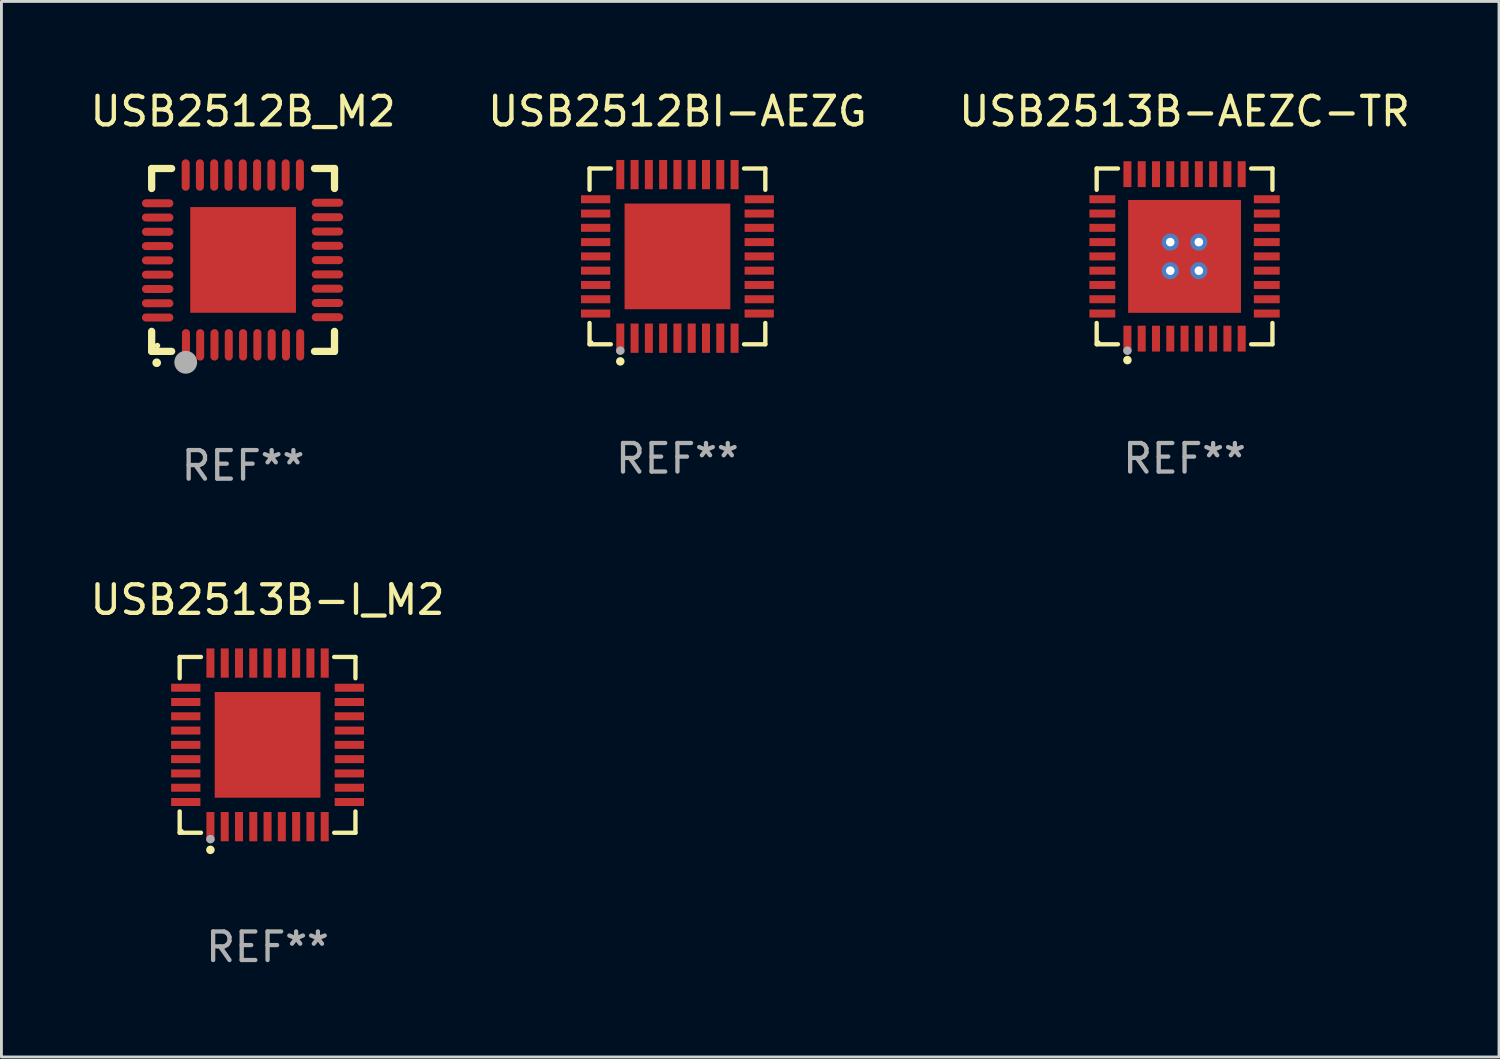
<source format=kicad_pcb>
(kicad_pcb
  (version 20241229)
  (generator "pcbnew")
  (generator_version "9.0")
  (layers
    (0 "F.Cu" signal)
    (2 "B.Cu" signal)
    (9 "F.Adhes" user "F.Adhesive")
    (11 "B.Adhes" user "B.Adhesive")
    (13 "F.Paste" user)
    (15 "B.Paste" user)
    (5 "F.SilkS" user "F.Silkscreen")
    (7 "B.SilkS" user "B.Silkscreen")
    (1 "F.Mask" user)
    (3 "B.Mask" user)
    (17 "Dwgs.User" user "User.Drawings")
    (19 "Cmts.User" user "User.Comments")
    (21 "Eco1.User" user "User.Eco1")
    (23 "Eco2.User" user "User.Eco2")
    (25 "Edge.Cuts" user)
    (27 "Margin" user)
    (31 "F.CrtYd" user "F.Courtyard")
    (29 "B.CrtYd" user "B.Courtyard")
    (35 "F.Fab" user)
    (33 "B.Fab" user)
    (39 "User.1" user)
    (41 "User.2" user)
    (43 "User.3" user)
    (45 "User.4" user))
  (footprint "USB2512BI-AEZG"
    (layer "F.Cu")
    (at 20.661 5.924)
    (property "Reference" "USB2512BI-AEZG" (at 0 -5.076 0) (layer "F.SilkS") (effects (font (size 1 1) (thickness 0.15))))
    (attr through_hole)
    (fp_line (start -3.076 -3.076) (end -2.331 -3.076) (stroke (width 0.152) (type solid)) (layer "F.SilkS"))
    (fp_line (start -3.076 -2.331) (end -3.076 -3.076) (stroke (width 0.152) (type solid)) (layer "F.SilkS"))
    (fp_line (start -3.076 2.331) (end -3.076 3.076) (stroke (width 0.152) (type solid)) (layer "F.SilkS"))
    (fp_line (start -3.076 3.076) (end -2.331 3.076) (stroke (width 0.152) (type solid)) (layer "F.SilkS"))
    (fp_line (start 3.076 -3.076) (end 2.331 -3.076) (stroke (width 0.152) (type solid)) (layer "F.SilkS"))
    (fp_line (start 3.076 -2.331) (end 3.076 -3.076) (stroke (width 0.152) (type solid)) (layer "F.SilkS"))
    (fp_line (start 3.076 2.331) (end 3.076 3.076) (stroke (width 0.152) (type solid)) (layer "F.SilkS"))
    (fp_line (start 3.076 3.076) (end 2.331 3.076) (stroke (width 0.152) (type solid)) (layer "F.SilkS"))
    (fp_circle (center -3 3) (end -2.97 3) (stroke (width 0.06) (type solid)) (fill no) (layer "F.SilkS"))
    (fp_circle (center -2 3.675) (end -1.925 3.675) (stroke (width 0.15) (type solid)) (fill no) (layer "F.SilkS"))
    (fp_circle (center -2 3.3) (end -1.925 3.3) (stroke (width 0.15) (type solid)) (fill no) (layer "F.Fab"))
    (fp_text user "REF**" (at 0 7.076 0) (layer "F.Fab") (effects (font (size 1 1) (thickness 0.15))))
    (pad "1" smd rect (at -2 2.863) (size 0.28 1.025) (layers "F.Cu" "F.Mask" "F.Paste"))
    (pad "2" smd rect (at -1.5 2.863) (size 0.28 1.025) (layers "F.Cu" "F.Mask" "F.Paste"))
    (pad "3" smd rect (at -1 2.863) (size 0.28 1.025) (layers "F.Cu" "F.Mask" "F.Paste"))
    (pad "4" smd rect (at -0.5 2.863) (size 0.28 1.025) (layers "F.Cu" "F.Mask" "F.Paste"))
    (pad "5" smd rect (at 0 2.863) (size 0.28 1.025) (layers "F.Cu" "F.Mask" "F.Paste"))
    (pad "6" smd rect (at 0.5 2.863) (size 0.28 1.025) (layers "F.Cu" "F.Mask" "F.Paste"))
    (pad "7" smd rect (at 1 2.863) (size 0.28 1.025) (layers "F.Cu" "F.Mask" "F.Paste"))
    (pad "8" smd rect (at 1.5 2.863) (size 0.28 1.025) (layers "F.Cu" "F.Mask" "F.Paste"))
    (pad "9" smd rect (at 2 2.863) (size 0.28 1.025) (layers "F.Cu" "F.Mask" "F.Paste"))
    (pad "10" smd rect (at 2.863 2) (size 1.025 0.28) (layers "F.Cu" "F.Mask" "F.Paste"))
    (pad "11" smd rect (at 2.863 1.5) (size 1.025 0.28) (layers "F.Cu" "F.Mask" "F.Paste"))
    (pad "12" smd rect (at 2.863 1) (size 1.025 0.28) (layers "F.Cu" "F.Mask" "F.Paste"))
    (pad "13" smd rect (at 2.863 0.5) (size 1.025 0.28) (layers "F.Cu" "F.Mask" "F.Paste"))
    (pad "14" smd rect (at 2.863 0) (size 1.025 0.28) (layers "F.Cu" "F.Mask" "F.Paste"))
    (pad "15" smd rect (at 2.863 -0.5) (size 1.025 0.28) (layers "F.Cu" "F.Mask" "F.Paste"))
    (pad "16" smd rect (at 2.863 -1) (size 1.025 0.28) (layers "F.Cu" "F.Mask" "F.Paste"))
    (pad "17" smd rect (at 2.863 -1.5) (size 1.025 0.28) (layers "F.Cu" "F.Mask" "F.Paste"))
    (pad "18" smd rect (at 2.863 -2) (size 1.025 0.28) (layers "F.Cu" "F.Mask" "F.Paste"))
    (pad "19" smd rect (at 2 -2.863) (size 0.28 1.025) (layers "F.Cu" "F.Mask" "F.Paste"))
    (pad "20" smd rect (at 1.5 -2.863) (size 0.28 1.025) (layers "F.Cu" "F.Mask" "F.Paste"))
    (pad "21" smd rect (at 1 -2.863) (size 0.28 1.025) (layers "F.Cu" "F.Mask" "F.Paste"))
    (pad "22" smd rect (at 0.5 -2.863) (size 0.28 1.025) (layers "F.Cu" "F.Mask" "F.Paste"))
    (pad "23" smd rect (at 0 -2.863) (size 0.28 1.025) (layers "F.Cu" "F.Mask" "F.Paste"))
    (pad "24" smd rect (at -0.5 -2.863) (size 0.28 1.025) (layers "F.Cu" "F.Mask" "F.Paste"))
    (pad "25" smd rect (at -1 -2.863) (size 0.28 1.025) (layers "F.Cu" "F.Mask" "F.Paste"))
    (pad "26" smd rect (at -1.5 -2.863) (size 0.28 1.025) (layers "F.Cu" "F.Mask" "F.Paste"))
    (pad "27" smd rect (at -2 -2.863) (size 0.28 1.025) (layers "F.Cu" "F.Mask" "F.Paste"))
    (pad "28" smd rect (at -2.863 -2) (size 1.025 0.28) (layers "F.Cu" "F.Mask" "F.Paste"))
    (pad "29" smd rect (at -2.863 -1.5) (size 1.025 0.28) (layers "F.Cu" "F.Mask" "F.Paste"))
    (pad "30" smd rect (at -2.863 -1) (size 1.025 0.28) (layers "F.Cu" "F.Mask" "F.Paste"))
    (pad "31" smd rect (at -2.863 -0.5) (size 1.025 0.28) (layers "F.Cu" "F.Mask" "F.Paste"))
    (pad "32" smd rect (at -2.863 0) (size 1.025 0.28) (layers "F.Cu" "F.Mask" "F.Paste"))
    (pad "33" smd rect (at -2.863 0.5) (size 1.025 0.28) (layers "F.Cu" "F.Mask" "F.Paste"))
    (pad "34" smd rect (at -2.863 1) (size 1.025 0.28) (layers "F.Cu" "F.Mask" "F.Paste"))
    (pad "35" smd rect (at -2.863 1.5) (size 1.025 0.28) (layers "F.Cu" "F.Mask" "F.Paste"))
    (pad "36" smd rect (at -2.863 2) (size 1.025 0.28) (layers "F.Cu" "F.Mask" "F.Paste"))
    (pad "37" smd rect (at 0 0) (size 3.7 3.7) (layers "F.Cu" "F.Mask" "F.Paste")))
  (footprint "USB2513B-I_M2"
    (layer "F.Cu")
    (at 6.315 23.021)
    (property "Reference" "USB2513B-I_M2" (at 0 -5.076 0) (layer "F.SilkS") (effects (font (size 1 1) (thickness 0.15))))
    (attr through_hole)
    (fp_line (start -3.076 -3.076) (end -2.331 -3.076) (stroke (width 0.152) (type solid)) (layer "F.SilkS"))
    (fp_line (start -3.076 -2.331) (end -3.076 -3.076) (stroke (width 0.152) (type solid)) (layer "F.SilkS"))
    (fp_line (start -3.076 2.331) (end -3.076 3.076) (stroke (width 0.152) (type solid)) (layer "F.SilkS"))
    (fp_line (start -3.076 3.076) (end -2.331 3.076) (stroke (width 0.152) (type solid)) (layer "F.SilkS"))
    (fp_line (start 3.076 -3.076) (end 2.331 -3.076) (stroke (width 0.152) (type solid)) (layer "F.SilkS"))
    (fp_line (start 3.076 -2.331) (end 3.076 -3.076) (stroke (width 0.152) (type solid)) (layer "F.SilkS"))
    (fp_line (start 3.076 2.331) (end 3.076 3.076) (stroke (width 0.152) (type solid)) (layer "F.SilkS"))
    (fp_line (start 3.076 3.076) (end 2.331 3.076) (stroke (width 0.152) (type solid)) (layer "F.SilkS"))
    (fp_circle (center -3 3) (end -2.97 3) (stroke (width 0.06) (type solid)) (fill no) (layer "F.SilkS"))
    (fp_circle (center -2 3.675) (end -1.925 3.675) (stroke (width 0.15) (type solid)) (fill no) (layer "F.SilkS"))
    (fp_circle (center -2 3.3) (end -1.925 3.3) (stroke (width 0.15) (type solid)) (fill no) (layer "F.Fab"))
    (fp_text user "REF**" (at 0 7.076 0) (layer "F.Fab") (effects (font (size 1 1) (thickness 0.15))))
    (pad "1" smd rect (at -2 2.863) (size 0.28 1.025) (layers "F.Cu" "F.Mask" "F.Paste"))
    (pad "2" smd rect (at -1.5 2.863) (size 0.28 1.025) (layers "F.Cu" "F.Mask" "F.Paste"))
    (pad "3" smd rect (at -1 2.863) (size 0.28 1.025) (layers "F.Cu" "F.Mask" "F.Paste"))
    (pad "4" smd rect (at -0.5 2.863) (size 0.28 1.025) (layers "F.Cu" "F.Mask" "F.Paste"))
    (pad "5" smd rect (at 0 2.863) (size 0.28 1.025) (layers "F.Cu" "F.Mask" "F.Paste"))
    (pad "6" smd rect (at 0.5 2.863) (size 0.28 1.025) (layers "F.Cu" "F.Mask" "F.Paste"))
    (pad "7" smd rect (at 1 2.863) (size 0.28 1.025) (layers "F.Cu" "F.Mask" "F.Paste"))
    (pad "8" smd rect (at 1.5 2.863) (size 0.28 1.025) (layers "F.Cu" "F.Mask" "F.Paste"))
    (pad "9" smd rect (at 2 2.863) (size 0.28 1.025) (layers "F.Cu" "F.Mask" "F.Paste"))
    (pad "10" smd rect (at 2.863 2) (size 1.025 0.28) (layers "F.Cu" "F.Mask" "F.Paste"))
    (pad "11" smd rect (at 2.863 1.5) (size 1.025 0.28) (layers "F.Cu" "F.Mask" "F.Paste"))
    (pad "12" smd rect (at 2.863 1) (size 1.025 0.28) (layers "F.Cu" "F.Mask" "F.Paste"))
    (pad "13" smd rect (at 2.863 0.5) (size 1.025 0.28) (layers "F.Cu" "F.Mask" "F.Paste"))
    (pad "14" smd rect (at 2.863 0) (size 1.025 0.28) (layers "F.Cu" "F.Mask" "F.Paste"))
    (pad "15" smd rect (at 2.863 -0.5) (size 1.025 0.28) (layers "F.Cu" "F.Mask" "F.Paste"))
    (pad "16" smd rect (at 2.863 -1) (size 1.025 0.28) (layers "F.Cu" "F.Mask" "F.Paste"))
    (pad "17" smd rect (at 2.863 -1.5) (size 1.025 0.28) (layers "F.Cu" "F.Mask" "F.Paste"))
    (pad "18" smd rect (at 2.863 -2) (size 1.025 0.28) (layers "F.Cu" "F.Mask" "F.Paste"))
    (pad "19" smd rect (at 2 -2.863) (size 0.28 1.025) (layers "F.Cu" "F.Mask" "F.Paste"))
    (pad "20" smd rect (at 1.5 -2.863) (size 0.28 1.025) (layers "F.Cu" "F.Mask" "F.Paste"))
    (pad "21" smd rect (at 1 -2.863) (size 0.28 1.025) (layers "F.Cu" "F.Mask" "F.Paste"))
    (pad "22" smd rect (at 0.5 -2.863) (size 0.28 1.025) (layers "F.Cu" "F.Mask" "F.Paste"))
    (pad "23" smd rect (at 0 -2.863) (size 0.28 1.025) (layers "F.Cu" "F.Mask" "F.Paste"))
    (pad "24" smd rect (at -0.5 -2.863) (size 0.28 1.025) (layers "F.Cu" "F.Mask" "F.Paste"))
    (pad "25" smd rect (at -1 -2.863) (size 0.28 1.025) (layers "F.Cu" "F.Mask" "F.Paste"))
    (pad "26" smd rect (at -1.5 -2.863) (size 0.28 1.025) (layers "F.Cu" "F.Mask" "F.Paste"))
    (pad "27" smd rect (at -2 -2.863) (size 0.28 1.025) (layers "F.Cu" "F.Mask" "F.Paste"))
    (pad "28" smd rect (at -2.863 -2) (size 1.025 0.28) (layers "F.Cu" "F.Mask" "F.Paste"))
    (pad "29" smd rect (at -2.863 -1.5) (size 1.025 0.28) (layers "F.Cu" "F.Mask" "F.Paste"))
    (pad "30" smd rect (at -2.863 -1) (size 1.025 0.28) (layers "F.Cu" "F.Mask" "F.Paste"))
    (pad "31" smd rect (at -2.863 -0.5) (size 1.025 0.28) (layers "F.Cu" "F.Mask" "F.Paste"))
    (pad "32" smd rect (at -2.863 0) (size 1.025 0.28) (layers "F.Cu" "F.Mask" "F.Paste"))
    (pad "33" smd rect (at -2.863 0.5) (size 1.025 0.28) (layers "F.Cu" "F.Mask" "F.Paste"))
    (pad "34" smd rect (at -2.863 1) (size 1.025 0.28) (layers "F.Cu" "F.Mask" "F.Paste"))
    (pad "35" smd rect (at -2.863 1.5) (size 1.025 0.28) (layers "F.Cu" "F.Mask" "F.Paste"))
    (pad "36" smd rect (at -2.863 2) (size 1.025 0.28) (layers "F.Cu" "F.Mask" "F.Paste"))
    (pad "37" smd rect (at 0 0) (size 3.7 3.7) (layers "F.Cu" "F.Mask" "F.Paste")))
  (footprint "USB2512B_M2"
    (layer "F.Cu")
    (at 5.458 6.048)
    (property "Reference" "USB2512B_M2" (at 0 -5.2 0) (layer "F.SilkS") (effects (font (size 1 1) (thickness 0.15))))
    (attr through_hole)
    (fp_line (start -3.2 -3.2) (end -2.5 -3.2) (stroke (width 0.254) (type solid)) (layer "F.SilkS"))
    (fp_line (start -3.2 -2.5) (end -3.2 -3.2) (stroke (width 0.254) (type solid)) (layer "F.SilkS"))
    (fp_line (start -3.2 3.2) (end -3.2 2.5) (stroke (width 0.254) (type solid)) (layer "F.SilkS"))
    (fp_line (start -2.5 3.2) (end -3.2 3.2) (stroke (width 0.254) (type solid)) (layer "F.SilkS"))
    (fp_line (start 3.2 -3.2) (end 2.5 -3.2) (stroke (width 0.254) (type solid)) (layer "F.SilkS"))
    (fp_line (start 3.2 -2.5) (end 3.2 -3.2) (stroke (width 0.254) (type solid)) (layer "F.SilkS"))
    (fp_line (start 3.2 2.5) (end 3.2 3.2) (stroke (width 0.254) (type solid)) (layer "F.SilkS"))
    (fp_line (start 3.2 3.2) (end 2.5 3.2) (stroke (width 0.254) (type solid)) (layer "F.SilkS"))
    (fp_arc (start -3.025146 3.599187) (mid -3.023876 3.599182) (end -3.022606 3.599187) (stroke (width 0.3) (type solid)) (layer "F.SilkS"))
    (fp_circle (center -3 3) (end -2.95 3) (stroke (width 0.1) (type solid)) (fill no) (layer "F.SilkS"))
    (fp_circle (center -2.007 3.582) (end -1.807 3.582) (stroke (width 0.4) (type solid)) (fill no) (layer "F.Fab"))
    (fp_text user "REF**" (at 0 7.2 0) (layer "F.Fab") (effects (font (size 1 1) (thickness 0.15))))
    (pad "1" smd oval (at -1.999 2.972) (size 0.28 1.1) (layers "F.Cu" "F.Mask" "F.Paste"))
    (pad "2" smd oval (at -1.501 2.972) (size 0.28 1.1) (layers "F.Cu" "F.Mask" "F.Paste"))
    (pad "3" smd oval (at -1.001 2.972) (size 0.28 1.1) (layers "F.Cu" "F.Mask" "F.Paste"))
    (pad "4" smd oval (at -0.501 2.972) (size 0.28 1.1) (layers "F.Cu" "F.Mask" "F.Paste"))
    (pad "5" smd oval (at 0.000102 2.972) (size 0.28 1.1) (layers "F.Cu" "F.Mask" "F.Paste"))
    (pad "6" smd oval (at 0.5 2.972) (size 0.28 1.1) (layers "F.Cu" "F.Mask" "F.Paste"))
    (pad "7" smd oval (at 1.001 2.972) (size 0.28 1.1) (layers "F.Cu" "F.Mask" "F.Paste"))
    (pad "8" smd oval (at 1.501 2.972) (size 0.28 1.1) (layers "F.Cu" "F.Mask" "F.Paste"))
    (pad "9" smd oval (at 1.999 2.972) (size 0.28 1.1) (layers "F.Cu" "F.Mask" "F.Paste"))
    (pad "10" smd oval (at 2.954 2.005) (size 1.1 0.28) (layers "F.Cu" "F.Mask" "F.Paste"))
    (pad "11" smd oval (at 2.954 1.507) (size 1.1 0.28) (layers "F.Cu" "F.Mask" "F.Paste"))
    (pad "12" smd oval (at 2.954 1.006) (size 1.1 0.28) (layers "F.Cu" "F.Mask" "F.Paste"))
    (pad "13" smd oval (at 2.954 0.506) (size 1.1 0.28) (layers "F.Cu" "F.Mask" "F.Paste"))
    (pad "14" smd oval (at 2.954 0.006) (size 1.1 0.28) (layers "F.Cu" "F.Mask" "F.Paste"))
    (pad "15" smd oval (at 2.954 -0.495) (size 1.1 0.28) (layers "F.Cu" "F.Mask" "F.Paste"))
    (pad "16" smd oval (at 2.954 -0.995) (size 1.1 0.28) (layers "F.Cu" "F.Mask" "F.Paste"))
    (pad "17" smd oval (at 2.954 -1.495) (size 1.1 0.28) (layers "F.Cu" "F.Mask" "F.Paste"))
    (pad "18" smd oval (at 2.954 -2.003) (size 1.1 0.28) (layers "F.Cu" "F.Mask" "F.Paste"))
    (pad "19" smd oval (at 1.989 -2.972) (size 0.28 1.1) (layers "F.Cu" "F.Mask" "F.Paste"))
    (pad "20" smd oval (at 1.491 -2.972) (size 0.28 1.1) (layers "F.Cu" "F.Mask" "F.Paste"))
    (pad "21" smd oval (at 0.99 -2.972) (size 0.28 1.1) (layers "F.Cu" "F.Mask" "F.Paste"))
    (pad "22" smd oval (at 0.49 -2.972) (size 0.28 1.1) (layers "F.Cu" "F.Mask" "F.Paste"))
    (pad "23" smd oval (at -0.01 -2.972) (size 0.28 1.1) (layers "F.Cu" "F.Mask" "F.Paste"))
    (pad "24" smd oval (at -0.511 -2.972) (size 0.28 1.1) (layers "F.Cu" "F.Mask" "F.Paste"))
    (pad "25" smd oval (at -1.011 -2.972) (size 0.28 1.1) (layers "F.Cu" "F.Mask" "F.Paste"))
    (pad "26" smd oval (at -1.511 -2.972) (size 0.28 1.1) (layers "F.Cu" "F.Mask" "F.Paste"))
    (pad "27" smd oval (at -2.009 -2.972) (size 0.28 1.1) (layers "F.Cu" "F.Mask" "F.Paste"))
    (pad "28" smd oval (at -2.99 -1.983) (size 1.1 0.28) (layers "F.Cu" "F.Mask" "F.Paste"))
    (pad "29" smd oval (at -2.99 -1.485) (size 1.1 0.28) (layers "F.Cu" "F.Mask" "F.Paste"))
    (pad "30" smd oval (at -2.99 -0.985) (size 1.1 0.28) (layers "F.Cu" "F.Mask" "F.Paste"))
    (pad "31" smd oval (at -2.99 -0.485) (size 1.1 0.28) (layers "F.Cu" "F.Mask" "F.Paste"))
    (pad "32" smd oval (at -2.99 0.016) (size 1.1 0.28) (layers "F.Cu" "F.Mask" "F.Paste"))
    (pad "33" smd oval (at -2.99 0.516) (size 1.1 0.28) (layers "F.Cu" "F.Mask" "F.Paste"))
    (pad "34" smd oval (at -2.99 1.017) (size 1.1 0.28) (layers "F.Cu" "F.Mask" "F.Paste"))
    (pad "35" smd oval (at -2.99 1.517) (size 1.1 0.28) (layers "F.Cu" "F.Mask" "F.Paste"))
    (pad "36" smd oval (at -2.99 2.015) (size 1.1 0.28) (layers "F.Cu" "F.Mask" "F.Paste"))
    (pad "37" smd rect (at 0.000102 0.000102) (size 3.7 3.7) (layers "F.Cu" "F.Mask" "F.Paste")))
  (footprint "USB2513B-AEZC-TR"
    (layer "F.Cu")
    (at 38.411 5.924)
    (property "Reference" "USB2513B-AEZC-TR" (at 0 -5.076 0) (layer "F.SilkS") (effects (font (size 1 1) (thickness 0.15))))
    (attr through_hole)
    (fp_line (start -3.076 -3.076) (end -2.331 -3.076) (stroke (width 0.152) (type solid)) (layer "F.SilkS"))
    (fp_line (start -3.076 -2.331) (end -3.076 -3.076) (stroke (width 0.152) (type solid)) (layer "F.SilkS"))
    (fp_line (start -3.076 2.331) (end -3.076 3.076) (stroke (width 0.152) (type solid)) (layer "F.SilkS"))
    (fp_line (start -3.076 3.076) (end -2.331 3.076) (stroke (width 0.152) (type solid)) (layer "F.SilkS"))
    (fp_line (start 3.076 -3.076) (end 2.331 -3.076) (stroke (width 0.152) (type solid)) (layer "F.SilkS"))
    (fp_line (start 3.076 -2.331) (end 3.076 -3.076) (stroke (width 0.152) (type solid)) (layer "F.SilkS"))
    (fp_line (start 3.076 2.331) (end 3.076 3.076) (stroke (width 0.152) (type solid)) (layer "F.SilkS"))
    (fp_line (start 3.076 3.076) (end 2.331 3.076) (stroke (width 0.152) (type solid)) (layer "F.SilkS"))
    (fp_circle (center -3 3) (end -2.97 3) (stroke (width 0.06) (type solid)) (fill no) (layer "F.SilkS"))
    (fp_circle (center -2 3.63) (end -1.925 3.63) (stroke (width 0.15) (type solid)) (fill no) (layer "F.SilkS"))
    (fp_circle (center -2 3.3) (end -1.925 3.3) (stroke (width 0.15) (type solid)) (fill no) (layer "F.Fab"))
    (fp_text user "REF**" (at 0 7.076 0) (layer "F.Fab") (effects (font (size 1 1) (thickness 0.15))))
    (pad "1" smd rect (at -2 2.878) (size 0.28 0.905) (layers "F.Cu" "F.Mask" "F.Paste"))
    (pad "2" smd rect (at -1.5 2.878) (size 0.28 0.905) (layers "F.Cu" "F.Mask" "F.Paste"))
    (pad "3" smd rect (at -1 2.878) (size 0.28 0.905) (layers "F.Cu" "F.Mask" "F.Paste"))
    (pad "4" smd rect (at -0.5 2.878) (size 0.28 0.905) (layers "F.Cu" "F.Mask" "F.Paste"))
    (pad "5" smd rect (at 0 2.878) (size 0.28 0.905) (layers "F.Cu" "F.Mask" "F.Paste"))
    (pad "6" smd rect (at 0.5 2.878) (size 0.28 0.905) (layers "F.Cu" "F.Mask" "F.Paste"))
    (pad "7" smd rect (at 1 2.878) (size 0.28 0.905) (layers "F.Cu" "F.Mask" "F.Paste"))
    (pad "8" smd rect (at 1.5 2.878) (size 0.28 0.905) (layers "F.Cu" "F.Mask" "F.Paste"))
    (pad "9" smd rect (at 2 2.878) (size 0.28 0.905) (layers "F.Cu" "F.Mask" "F.Paste"))
    (pad "10" smd rect (at 2.878 2) (size 0.905 0.28) (layers "F.Cu" "F.Mask" "F.Paste"))
    (pad "11" smd rect (at 2.878 1.5) (size 0.905 0.28) (layers "F.Cu" "F.Mask" "F.Paste"))
    (pad "12" smd rect (at 2.878 1) (size 0.905 0.28) (layers "F.Cu" "F.Mask" "F.Paste"))
    (pad "13" smd rect (at 2.878 0.5) (size 0.905 0.28) (layers "F.Cu" "F.Mask" "F.Paste"))
    (pad "14" smd rect (at 2.878 0) (size 0.905 0.28) (layers "F.Cu" "F.Mask" "F.Paste"))
    (pad "15" smd rect (at 2.878 -0.5) (size 0.905 0.28) (layers "F.Cu" "F.Mask" "F.Paste"))
    (pad "16" smd rect (at 2.878 -1) (size 0.905 0.28) (layers "F.Cu" "F.Mask" "F.Paste"))
    (pad "17" smd rect (at 2.878 -1.5) (size 0.905 0.28) (layers "F.Cu" "F.Mask" "F.Paste"))
    (pad "18" smd rect (at 2.878 -2) (size 0.905 0.28) (layers "F.Cu" "F.Mask" "F.Paste"))
    (pad "19" smd rect (at 2 -2.878) (size 0.28 0.905) (layers "F.Cu" "F.Mask" "F.Paste"))
    (pad "20" smd rect (at 1.5 -2.878) (size 0.28 0.905) (layers "F.Cu" "F.Mask" "F.Paste"))
    (pad "21" smd rect (at 1 -2.878) (size 0.28 0.905) (layers "F.Cu" "F.Mask" "F.Paste"))
    (pad "22" smd rect (at 0.5 -2.878) (size 0.28 0.905) (layers "F.Cu" "F.Mask" "F.Paste"))
    (pad "23" smd rect (at 0 -2.878) (size 0.28 0.905) (layers "F.Cu" "F.Mask" "F.Paste"))
    (pad "24" smd rect (at -0.5 -2.878) (size 0.28 0.905) (layers "F.Cu" "F.Mask" "F.Paste"))
    (pad "25" smd rect (at -1 -2.878) (size 0.28 0.905) (layers "F.Cu" "F.Mask" "F.Paste"))
    (pad "26" smd rect (at -1.5 -2.878) (size 0.28 0.905) (layers "F.Cu" "F.Mask" "F.Paste"))
    (pad "27" smd rect (at -2 -2.878) (size 0.28 0.905) (layers "F.Cu" "F.Mask" "F.Paste"))
    (pad "28" smd rect (at -2.878 -2) (size 0.905 0.28) (layers "F.Cu" "F.Mask" "F.Paste"))
    (pad "29" smd rect (at -2.878 -1.5) (size 0.905 0.28) (layers "F.Cu" "F.Mask" "F.Paste"))
    (pad "30" smd rect (at -2.878 -1) (size 0.905 0.28) (layers "F.Cu" "F.Mask" "F.Paste"))
    (pad "31" smd rect (at -2.878 -0.5) (size 0.905 0.28) (layers "F.Cu" "F.Mask" "F.Paste"))
    (pad "32" smd rect (at -2.878 0) (size 0.905 0.28) (layers "F.Cu" "F.Mask" "F.Paste"))
    (pad "33" smd rect (at -2.878 0.5) (size 0.905 0.28) (layers "F.Cu" "F.Mask" "F.Paste"))
    (pad "34" smd rect (at -2.878 1) (size 0.905 0.28) (layers "F.Cu" "F.Mask" "F.Paste"))
    (pad "35" smd rect (at -2.878 1.5) (size 0.905 0.28) (layers "F.Cu" "F.Mask" "F.Paste"))
    (pad "36" smd rect (at -2.878 2) (size 0.905 0.28) (layers "F.Cu" "F.Mask" "F.Paste"))
    (pad "37" thru_hole circle (at -0.5 -0.5) (size 0.6 0.6) (drill 0.3) (layers "*.Cu" "*.Mask"))
    (pad "37" thru_hole circle (at -0.5 0.5) (size 0.6 0.6) (drill 0.3) (layers "*.Cu" "*.Mask"))
    (pad "37" smd rect (at 0 0) (size 3.95 3.95) (layers "F.Cu" "F.Mask" "F.Paste"))
    (pad "37" thru_hole circle (at 0.5 -0.5) (size 0.6 0.6) (drill 0.3) (layers "*.Cu" "*.Mask"))
    (pad "37" thru_hole circle (at 0.5 0.5) (size 0.6 0.6) (drill 0.3) (layers "*.Cu" "*.Mask")))
  (gr_rect
    (start -3 -3)
    (end 49.417 33.945)
    (stroke (width 0.1) (type default))
    (fill no)
    (layer "Edge.Cuts")))
</source>
